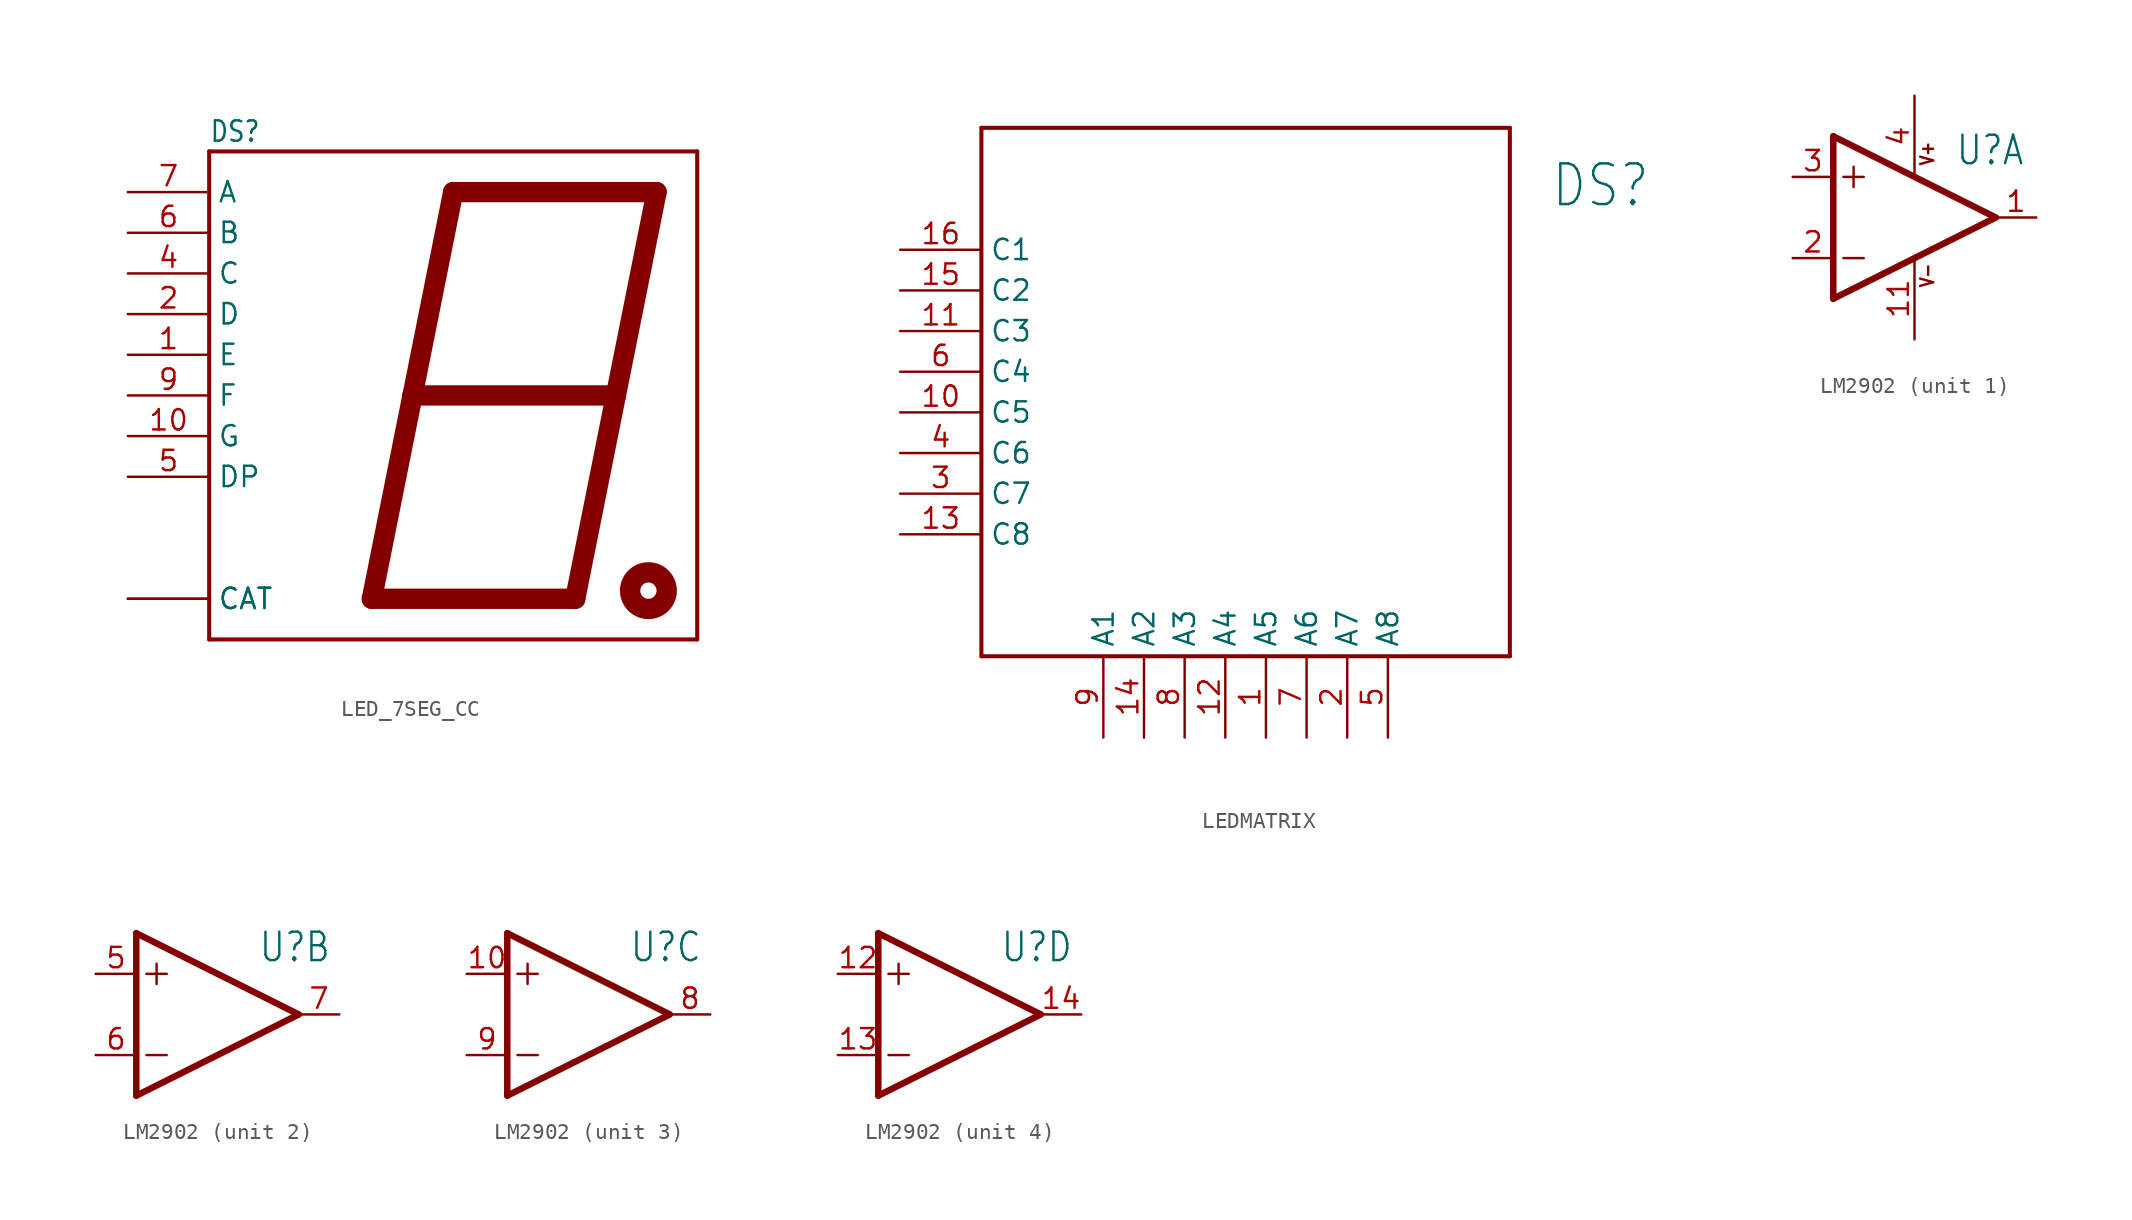
<source format=kicad_sym>
(kicad_symbol_lib
  (version 20231120)
  (generator "kicad_symbol_editor")
  (generator_version "8.0")
  (symbol "LED_7SEG_CC"
    (property "Reference" "DS"
      (at -17.78 15.748 0)
      (effects (font (size 1.27 1.079)) (justify left bottom)))
    (property "Value" ""
      (at 1.016 15.748 0)
      (effects (font (size 1.27 1.079)) (justify left bottom)))
    (property "ki_locked" ""
      (at 0 0 0)
      (effects (font (size 1.27 1.27))))
    (symbol "LED_7SEG_CC_1_0"
      (polyline (pts (xy -17.78 -15.24) (xy 12.7 -15.24)) (stroke (width 0.254) (type solid)) (fill (type none)))
      (polyline (pts (xy -17.78 15.24) (xy -17.78 -15.24)) (stroke (width 0.254) (type solid)) (fill (type none)))
      (polyline (pts (xy -7.62 -12.7) (xy 5.08 -12.7)) (stroke (width 1.27) (type solid)) (fill (type none)))
      (polyline (pts (xy -5.08 0) (xy -7.62 -12.7)) (stroke (width 1.27) (type solid)) (fill (type none)))
      (polyline (pts (xy -5.08 0) (xy -2.54 12.7)) (stroke (width 1.27) (type solid)) (fill (type none)))
      (polyline (pts (xy -2.54 12.7) (xy 10.16 12.7)) (stroke (width 1.27) (type solid)) (fill (type none)))
      (polyline (pts (xy 5.08 -12.7) (xy 7.62 0)) (stroke (width 1.27) (type solid)) (fill (type none)))
      (polyline (pts (xy 7.62 0) (xy -5.08 0)) (stroke (width 1.27) (type solid)) (fill (type none)))
      (polyline (pts (xy 10.16 12.7) (xy 7.62 0)) (stroke (width 1.27) (type solid)) (fill (type none)))
      (polyline (pts (xy 12.7 -15.24) (xy 12.7 15.24)) (stroke (width 0.254) (type solid)) (fill (type none)))
      (polyline (pts (xy 12.7 15.24) (xy -17.78 15.24)) (stroke (width 0.254) (type solid)) (fill (type none)))
      (circle (center 9.652 -12.192) (radius 0.508) (stroke (width 1.27) (type solid)) (fill (type none)))
      (pin bidirectional line (at -22.86 2.54 0) (length 5.08) (name "E" (effects (font (size 1.27 1.27)))) (number "1" (effects (font (size 1.27 1.27)))))
      (pin bidirectional line (at -22.86 -2.54 0) (length 5.08) (name "G" (effects (font (size 1.27 1.27)))) (number "10" (effects (font (size 1.27 1.27)))))
      (pin bidirectional line (at -22.86 5.08 0) (length 5.08) (name "D" (effects (font (size 1.27 1.27)))) (number "2" (effects (font (size 1.27 1.27)))))
      (pin bidirectional line (at -22.86 -12.7 0) (length 5.08) (name "CAT" (effects (font (size 1.27 1.27)))) (number "3" (effects (font (size 0 0)))))
      (pin bidirectional line (at -22.86 7.62 0) (length 5.08) (name "C" (effects (font (size 1.27 1.27)))) (number "4" (effects (font (size 1.27 1.27)))))
      (pin bidirectional line (at -22.86 -5.08 0) (length 5.08) (name "DP" (effects (font (size 1.27 1.27)))) (number "5" (effects (font (size 1.27 1.27)))))
      (pin bidirectional line (at -22.86 10.16 0) (length 5.08) (name "B" (effects (font (size 1.27 1.27)))) (number "6" (effects (font (size 1.27 1.27)))))
      (pin bidirectional line (at -22.86 12.7 0) (length 5.08) (name "A" (effects (font (size 1.27 1.27)))) (number "7" (effects (font (size 1.27 1.27)))))
      (pin bidirectional line (at -22.86 -12.7 0) (length 5.08) (name "CAT" (effects (font (size 1.27 1.27)))) (number "8" (effects (font (size 0 0)))))
      (pin bidirectional line (at -22.86 0 0) (length 5.08) (name "F" (effects (font (size 1.27 1.27)))) (number "9" (effects (font (size 1.27 1.27)))))))
  (symbol "LEDMATRIX"
    (property "Reference" "DS"
      (at 15.24 17.78 0)
      (effects (font (size 2.54 2.159)) (justify left bottom)))
    (property "Value" ""
      (at 15.24 12.7 0)
      (effects (font (size 2.54 2.159)) (justify left bottom)))
    (property "ki_locked" ""
      (at 0 0 0)
      (effects (font (size 1.27 1.27))))
    (symbol "LEDMATRIX_1_0"
      (polyline (pts (xy -20.32 -10.16) (xy 12.7 -10.16)) (stroke (width 0.254) (type solid)) (fill (type none)))
      (polyline (pts (xy -20.32 22.86) (xy -20.32 -10.16)) (stroke (width 0.254) (type solid)) (fill (type none)))
      (polyline (pts (xy 12.7 -10.16) (xy 12.7 22.86)) (stroke (width 0.254) (type solid)) (fill (type none)))
      (polyline (pts (xy 12.7 22.86) (xy -20.32 22.86)) (stroke (width 0.254) (type solid)) (fill (type none)))
      (pin bidirectional line (at -2.54 -15.24 90) (length 5.08) (name "A5" (effects (font (size 1.27 1.27)))) (number "1" (effects (font (size 1.27 1.27)))))
      (pin bidirectional line (at -25.4 5.08 0) (length 5.08) (name "C5" (effects (font (size 1.27 1.27)))) (number "10" (effects (font (size 1.27 1.27)))))
      (pin bidirectional line (at -25.4 10.16 0) (length 5.08) (name "C3" (effects (font (size 1.27 1.27)))) (number "11" (effects (font (size 1.27 1.27)))))
      (pin bidirectional line (at -5.08 -15.24 90) (length 5.08) (name "A4" (effects (font (size 1.27 1.27)))) (number "12" (effects (font (size 1.27 1.27)))))
      (pin bidirectional line (at -25.4 -2.54 0) (length 5.08) (name "C8" (effects (font (size 1.27 1.27)))) (number "13" (effects (font (size 1.27 1.27)))))
      (pin bidirectional line (at -10.16 -15.24 90) (length 5.08) (name "A2" (effects (font (size 1.27 1.27)))) (number "14" (effects (font (size 1.27 1.27)))))
      (pin bidirectional line (at -25.4 12.7 0) (length 5.08) (name "C2" (effects (font (size 1.27 1.27)))) (number "15" (effects (font (size 1.27 1.27)))))
      (pin bidirectional line (at -25.4 15.24 0) (length 5.08) (name "C1" (effects (font (size 1.27 1.27)))) (number "16" (effects (font (size 1.27 1.27)))))
      (pin bidirectional line (at 2.54 -15.24 90) (length 5.08) (name "A7" (effects (font (size 1.27 1.27)))) (number "2" (effects (font (size 1.27 1.27)))))
      (pin bidirectional line (at -25.4 0 0) (length 5.08) (name "C7" (effects (font (size 1.27 1.27)))) (number "3" (effects (font (size 1.27 1.27)))))
      (pin bidirectional line (at -25.4 2.54 0) (length 5.08) (name "C6" (effects (font (size 1.27 1.27)))) (number "4" (effects (font (size 1.27 1.27)))))
      (pin bidirectional line (at 5.08 -15.24 90) (length 5.08) (name "A8" (effects (font (size 1.27 1.27)))) (number "5" (effects (font (size 1.27 1.27)))))
      (pin bidirectional line (at -25.4 7.62 0) (length 5.08) (name "C4" (effects (font (size 1.27 1.27)))) (number "6" (effects (font (size 1.27 1.27)))))
      (pin bidirectional line (at 0 -15.24 90) (length 5.08) (name "A6" (effects (font (size 1.27 1.27)))) (number "7" (effects (font (size 1.27 1.27)))))
      (pin bidirectional line (at -7.62 -15.24 90) (length 5.08) (name "A3" (effects (font (size 1.27 1.27)))) (number "8" (effects (font (size 1.27 1.27)))))
      (pin bidirectional line (at -12.7 -15.24 90) (length 5.08) (name "A1" (effects (font (size 1.27 1.27)))) (number "9" (effects (font (size 1.27 1.27)))))))
  (symbol "LM2902"
    (property "Reference" "U"
      (at 2.54 3.175 0)
      (effects (font (size 1.778 1.511)) (justify left bottom)))
    (property "Value" ""
      (at 2.54 -5.08 0)
      (effects (font (size 1.778 1.511)) (justify left bottom)))
    (property "ki_locked" ""
      (at 0 0 0)
      (effects (font (size 1.27 1.27))))
    (symbol "LM2902_1_0"
      (polyline (pts (xy -5.08 -5.08) (xy 5.08 0)) (stroke (width 0.406) (type solid)) (fill (type none)))
      (polyline (pts (xy -5.08 5.08) (xy -5.08 -5.08)) (stroke (width 0.406) (type solid)) (fill (type none)))
      (polyline (pts (xy -4.445 -2.54) (xy -3.175 -2.54)) (stroke (width 0.152) (type solid)) (fill (type none)))
      (polyline (pts (xy -4.445 2.54) (xy -3.175 2.54)) (stroke (width 0.152) (type solid)) (fill (type none)))
      (polyline (pts (xy -3.81 3.175) (xy -3.81 1.905)) (stroke (width 0.152) (type solid)) (fill (type none)))
      (polyline (pts (xy 5.08 0) (xy -5.08 5.08)) (stroke (width 0.406) (type solid)) (fill (type none)))
      (text "V+" (at 1.27 3.175 900) (effects (font (size 0.813 0.691)) (justify left bottom)))
      (text "V-" (at 1.27 -4.445 900) (effects (font (size 0.813 0.691)) (justify left bottom)))
      (pin output line (at 7.62 0 180) (length 2.54) (name "OUT" (effects (font (size 0 0)))) (number "1" (effects (font (size 1.27 1.27)))))
      (pin power_in line (at 0 -7.62 90) (length 5.08) (name "V-" (effects (font (size 0 0)))) (number "11" (effects (font (size 1.27 1.27)))))
      (pin input line (at -7.62 -2.54 0) (length 2.54) (name "-IN" (effects (font (size 0 0)))) (number "2" (effects (font (size 1.27 1.27)))))
      (pin input line (at -7.62 2.54 0) (length 2.54) (name "+IN" (effects (font (size 0 0)))) (number "3" (effects (font (size 1.27 1.27)))))
      (pin power_in line (at 0 7.62 270) (length 5.08) (name "V+" (effects (font (size 0 0)))) (number "4" (effects (font (size 1.27 1.27))))))
    (symbol "LM2902_2_0"
      (polyline (pts (xy -5.08 -5.08) (xy 5.08 0)) (stroke (width 0.406) (type solid)) (fill (type none)))
      (polyline (pts (xy -5.08 5.08) (xy -5.08 -5.08)) (stroke (width 0.406) (type solid)) (fill (type none)))
      (polyline (pts (xy -4.445 -2.54) (xy -3.175 -2.54)) (stroke (width 0.152) (type solid)) (fill (type none)))
      (polyline (pts (xy -4.445 2.54) (xy -3.175 2.54)) (stroke (width 0.152) (type solid)) (fill (type none)))
      (polyline (pts (xy -3.81 3.175) (xy -3.81 1.905)) (stroke (width 0.152) (type solid)) (fill (type none)))
      (polyline (pts (xy 5.08 0) (xy -5.08 5.08)) (stroke (width 0.406) (type solid)) (fill (type none)))
      (pin input line (at -7.62 2.54 0) (length 2.54) (name "+IN" (effects (font (size 0 0)))) (number "5" (effects (font (size 1.27 1.27)))))
      (pin input line (at -7.62 -2.54 0) (length 2.54) (name "-IN" (effects (font (size 0 0)))) (number "6" (effects (font (size 1.27 1.27)))))
      (pin output line (at 7.62 0 180) (length 2.54) (name "OUT" (effects (font (size 0 0)))) (number "7" (effects (font (size 1.27 1.27))))))
    (symbol "LM2902_3_0"
      (polyline (pts (xy -5.08 -5.08) (xy 5.08 0)) (stroke (width 0.406) (type solid)) (fill (type none)))
      (polyline (pts (xy -5.08 5.08) (xy -5.08 -5.08)) (stroke (width 0.406) (type solid)) (fill (type none)))
      (polyline (pts (xy -4.445 -2.54) (xy -3.175 -2.54)) (stroke (width 0.152) (type solid)) (fill (type none)))
      (polyline (pts (xy -4.445 2.54) (xy -3.175 2.54)) (stroke (width 0.152) (type solid)) (fill (type none)))
      (polyline (pts (xy -3.81 3.175) (xy -3.81 1.905)) (stroke (width 0.152) (type solid)) (fill (type none)))
      (polyline (pts (xy 5.08 0) (xy -5.08 5.08)) (stroke (width 0.406) (type solid)) (fill (type none)))
      (pin input line (at -7.62 2.54 0) (length 2.54) (name "+IN" (effects (font (size 0 0)))) (number "10" (effects (font (size 1.27 1.27)))))
      (pin output line (at 7.62 0 180) (length 2.54) (name "OUT" (effects (font (size 0 0)))) (number "8" (effects (font (size 1.27 1.27)))))
      (pin input line (at -7.62 -2.54 0) (length 2.54) (name "-IN" (effects (font (size 0 0)))) (number "9" (effects (font (size 1.27 1.27))))))
    (symbol "LM2902_4_0"
      (polyline (pts (xy -5.08 -5.08) (xy 5.08 0)) (stroke (width 0.406) (type solid)) (fill (type none)))
      (polyline (pts (xy -5.08 5.08) (xy -5.08 -5.08)) (stroke (width 0.406) (type solid)) (fill (type none)))
      (polyline (pts (xy -4.445 -2.54) (xy -3.175 -2.54)) (stroke (width 0.152) (type solid)) (fill (type none)))
      (polyline (pts (xy -4.445 2.54) (xy -3.175 2.54)) (stroke (width 0.152) (type solid)) (fill (type none)))
      (polyline (pts (xy -3.81 3.175) (xy -3.81 1.905)) (stroke (width 0.152) (type solid)) (fill (type none)))
      (polyline (pts (xy 5.08 0) (xy -5.08 5.08)) (stroke (width 0.406) (type solid)) (fill (type none)))
      (pin input line (at -7.62 2.54 0) (length 2.54) (name "+IN" (effects (font (size 0 0)))) (number "12" (effects (font (size 1.27 1.27)))))
      (pin input line (at -7.62 -2.54 0) (length 2.54) (name "-IN" (effects (font (size 0 0)))) (number "13" (effects (font (size 1.27 1.27)))))
      (pin output line (at 7.62 0 180) (length 2.54) (name "OUT" (effects (font (size 0 0)))) (number "14" (effects (font (size 1.27 1.27))))))))
</source>
